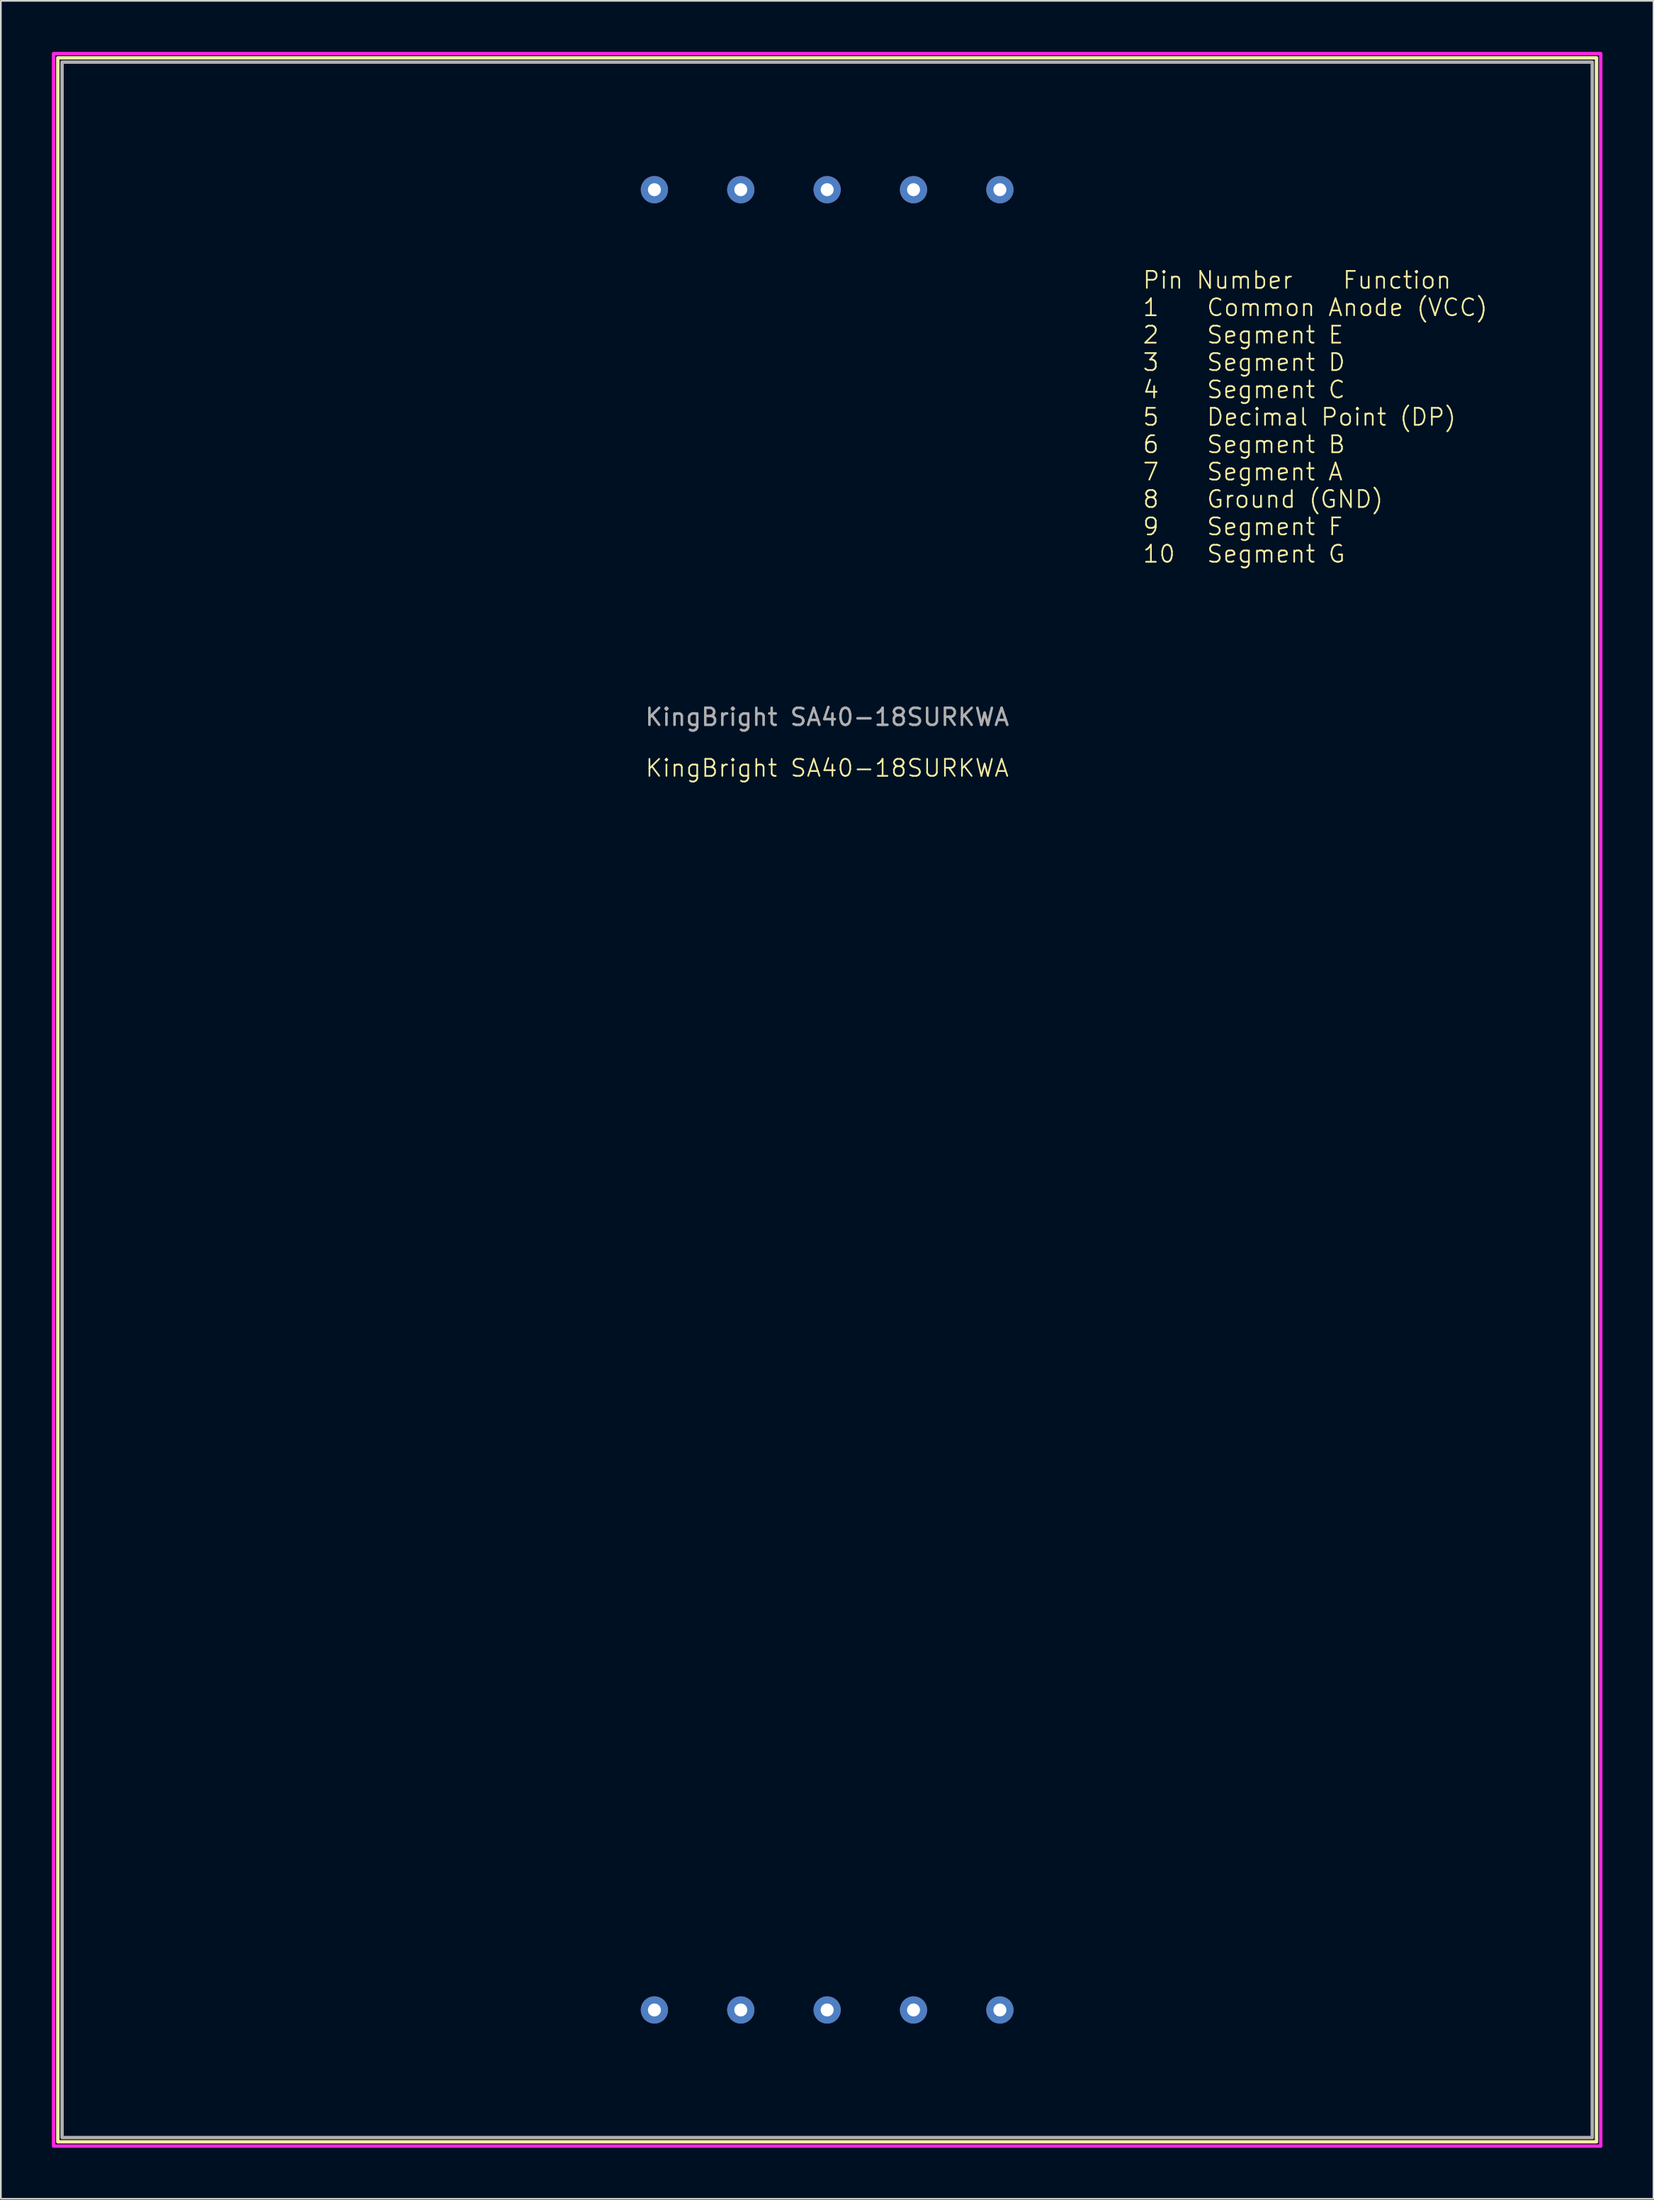
<source format=kicad_pcb>
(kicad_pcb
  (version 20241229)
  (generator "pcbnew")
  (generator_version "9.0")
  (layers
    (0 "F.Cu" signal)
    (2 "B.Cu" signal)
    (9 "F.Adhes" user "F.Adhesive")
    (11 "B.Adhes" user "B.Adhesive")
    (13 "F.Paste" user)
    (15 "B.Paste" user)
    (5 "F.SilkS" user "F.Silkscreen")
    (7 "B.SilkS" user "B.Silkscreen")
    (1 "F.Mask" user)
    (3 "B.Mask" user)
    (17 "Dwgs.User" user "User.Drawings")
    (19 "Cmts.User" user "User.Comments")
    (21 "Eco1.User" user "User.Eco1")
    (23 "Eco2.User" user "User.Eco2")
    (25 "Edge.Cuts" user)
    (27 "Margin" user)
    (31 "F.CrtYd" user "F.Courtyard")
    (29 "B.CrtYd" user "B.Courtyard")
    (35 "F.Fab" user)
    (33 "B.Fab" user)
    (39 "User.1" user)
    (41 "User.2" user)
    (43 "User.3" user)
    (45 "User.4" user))
  (footprint "KingBright SA40-18SURKWA"
    (layer "F.Cu")
    (at 45.6 61.6)
    (property "Reference" "KingBright SA40-18SURKWA" (at 0 -19.5 0) (unlocked yes) (layer "F.SilkS") (effects (font (size 1 1) (thickness 0.1))))
    (fp_rect (start -45.25 -61.25) (end 45.25 61.25) (stroke (width 0.2) (type default)) (fill no) (layer "F.SilkS"))
    (fp_rect (start -45.5 -61.5) (end 45.5 61.5) (stroke (width 0.2) (type default)) (fill no) (layer "F.CrtYd"))
    (fp_rect (start -45 -61) (end 45 61) (stroke (width 0.2) (type default)) (fill no) (layer "F.Fab"))
    (fp_text user "Pin Number	Function\n1	Common Anode (VCC)\n2	Segment E\n3	Segment D\n4	Segment C\n5	Decimal Point (DP)\n6	Segment B\n7	Segment A\n8	Ground (GND)\n9	Segment F\n10	Segment G" (at 18.5 -31.5 0) (unlocked yes) (layer "F.SilkS") (effects (font (size 1 1) (thickness 0.1)) (justify left bottom)))
    (fp_text user "${REFERENCE}" (at 0 -22.5 0) (unlocked yes) (layer "F.Fab") (effects (font (size 1 1) (thickness 0.15))))
    (pad "1" thru_hole circle (at -10.16 53.5) (size 1.6 1.6) (drill 0.762) (layers "*.Cu" "*.Mask"))
    (pad "2" thru_hole circle (at -5.08 53.5) (size 1.6 1.6) (drill 0.762) (layers "*.Cu" "*.Mask"))
    (pad "3" thru_hole circle (at 0 53.5) (size 1.6 1.6) (drill 0.762) (layers "*.Cu" "*.Mask"))
    (pad "4" thru_hole circle (at 5.08 53.5) (size 1.6 1.6) (drill 0.762) (layers "*.Cu" "*.Mask"))
    (pad "5" thru_hole circle (at 10.16 53.5) (size 1.6 1.6) (drill 0.762) (layers "*.Cu" "*.Mask"))
    (pad "6" thru_hole circle (at 10.16 -53.5) (size 1.6 1.6) (drill 0.762) (layers "*.Cu" "*.Mask"))
    (pad "7" thru_hole circle (at 5.08 -53.5) (size 1.6 1.6) (drill 0.762) (layers "*.Cu" "*.Mask"))
    (pad "8" thru_hole circle (at 0 -53.5) (size 1.6 1.6) (drill 0.762) (layers "*.Cu" "*.Mask"))
    (pad "9" thru_hole circle (at -5.08 -53.5) (size 1.6 1.6) (drill 0.762) (layers "*.Cu" "*.Mask"))
    (pad "10" thru_hole circle (at -10.16 -53.5) (size 1.6 1.6) (drill 0.762) (layers "*.Cu" "*.Mask")))
  (gr_rect
    (start -3 -3)
    (end 94.2 126.2)
    (stroke (width 0.1) (type default))
    (fill no)
    (layer "Edge.Cuts")))
</source>
